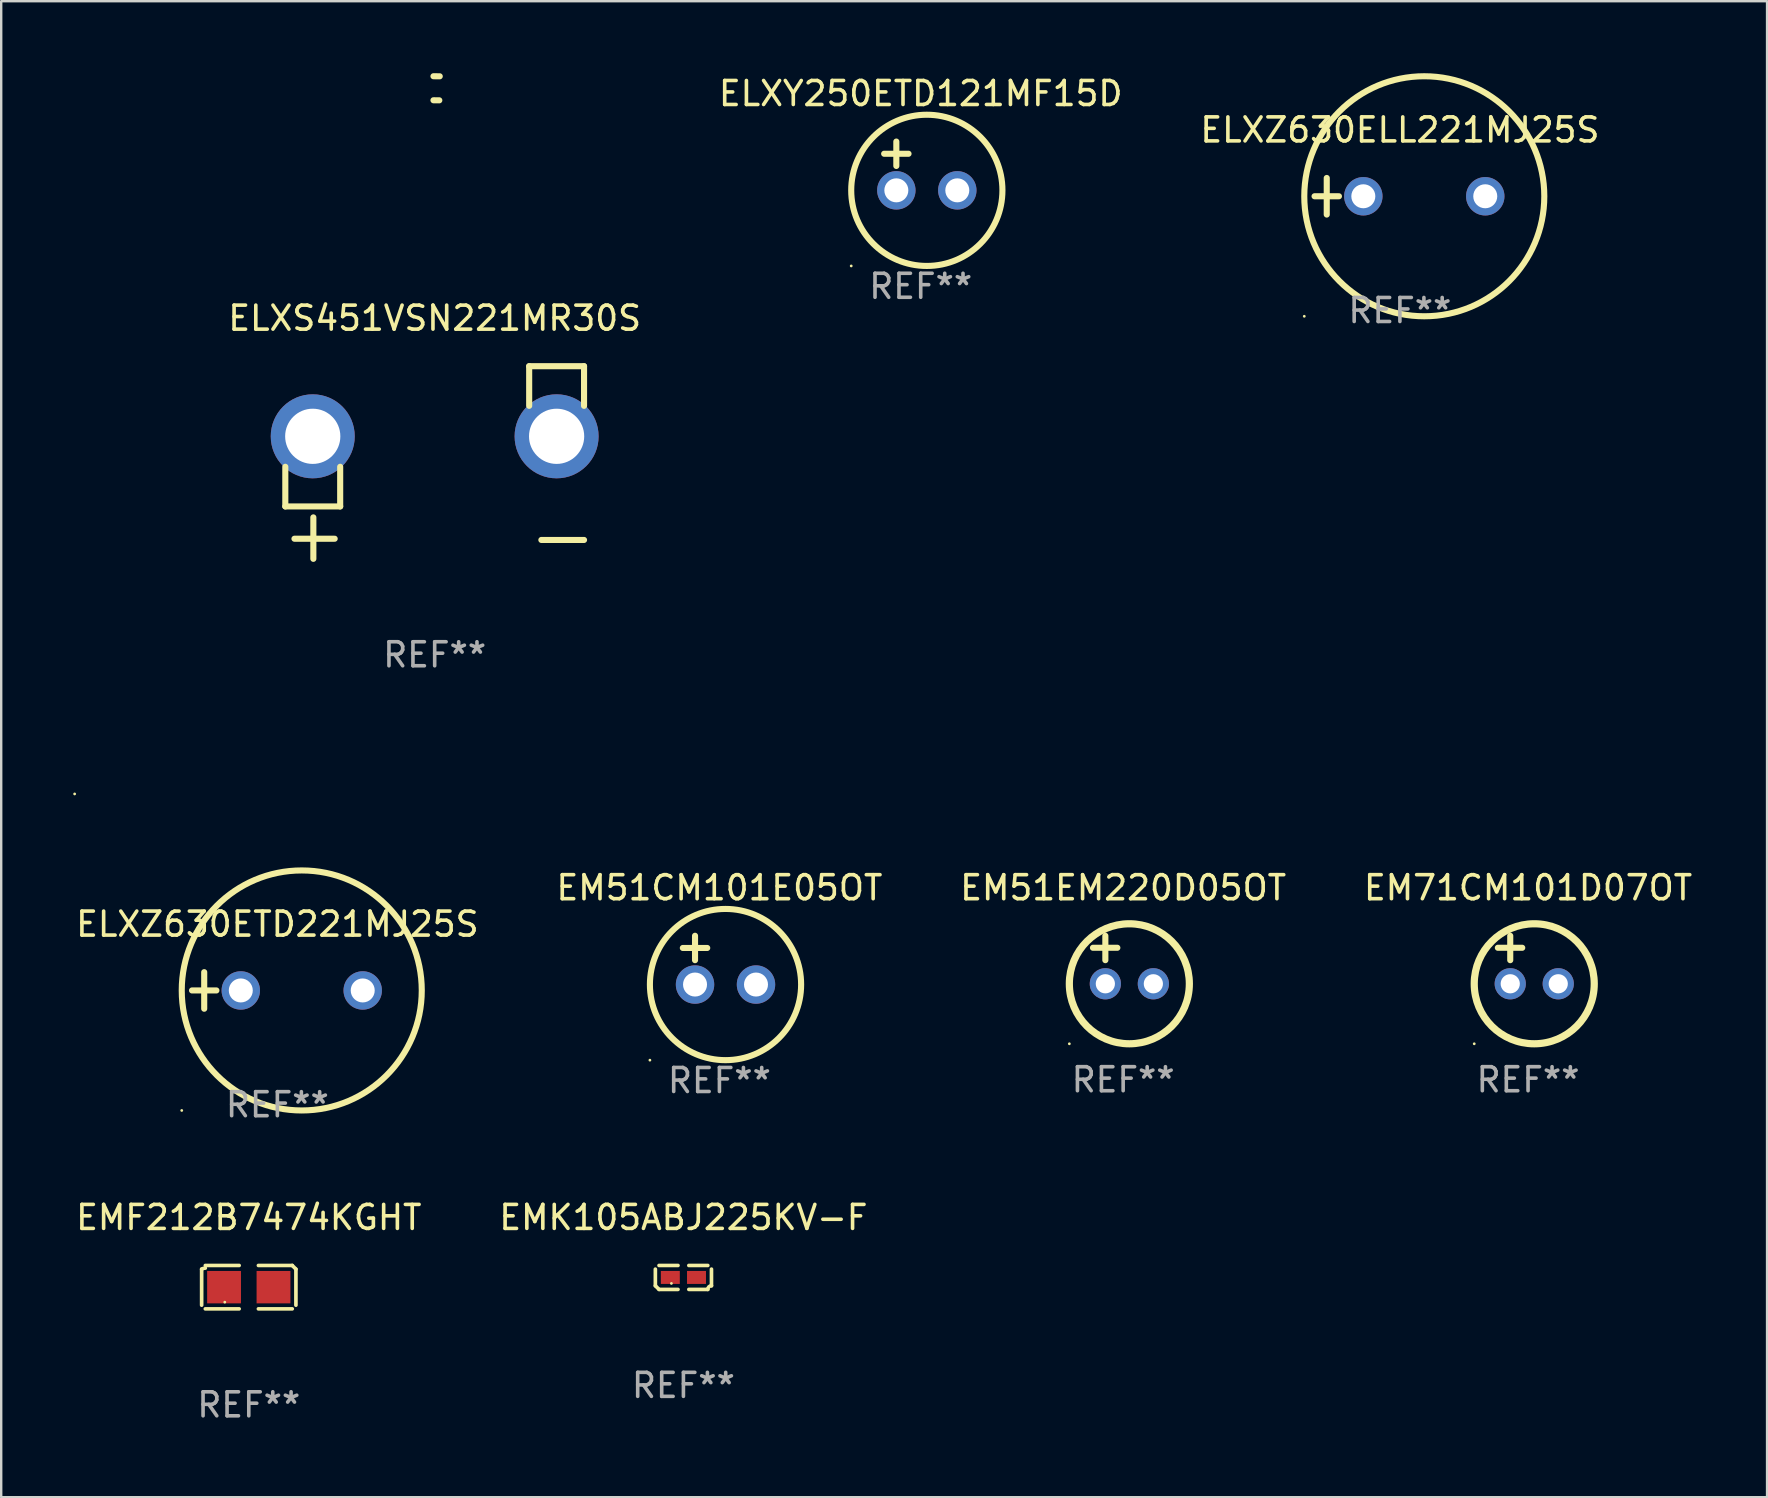
<source format=kicad_pcb>
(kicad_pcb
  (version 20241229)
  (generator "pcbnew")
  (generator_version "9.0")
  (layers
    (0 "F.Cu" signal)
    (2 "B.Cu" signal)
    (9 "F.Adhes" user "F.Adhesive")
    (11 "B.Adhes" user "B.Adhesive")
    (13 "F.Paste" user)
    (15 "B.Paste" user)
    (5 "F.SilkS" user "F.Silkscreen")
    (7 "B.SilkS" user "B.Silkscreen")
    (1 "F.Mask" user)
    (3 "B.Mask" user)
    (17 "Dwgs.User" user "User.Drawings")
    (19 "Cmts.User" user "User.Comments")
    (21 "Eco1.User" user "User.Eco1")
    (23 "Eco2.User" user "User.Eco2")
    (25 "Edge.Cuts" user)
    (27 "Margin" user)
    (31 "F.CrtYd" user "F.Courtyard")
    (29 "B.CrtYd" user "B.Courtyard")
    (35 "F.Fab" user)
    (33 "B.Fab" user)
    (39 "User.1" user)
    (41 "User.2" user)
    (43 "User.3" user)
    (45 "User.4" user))
  (footprint "EMK105ABJ225KV-F"
    (layer "F.Cu")
    (at 25.423 50.172)
    (property "Reference" "EMK105ABJ225KV-F" (at 0 -2.499 0) (layer "F.SilkS") (effects (font (size 1 1) (thickness 0.15))))
    (attr through_hole)
    (fp_line (start -1.169 0.346) (end -1.169 -0.346) (stroke (width 0.152) (type solid)) (layer "F.SilkS"))
    (fp_line (start -1.016 -0.499) (end -0.226 -0.499) (stroke (width 0.152) (type solid)) (layer "F.SilkS"))
    (fp_line (start -0.226 0.499) (end -1.016 0.499) (stroke (width 0.152) (type solid)) (layer "F.SilkS"))
    (fp_line (start 0.226 0.499) (end 1.016 0.499) (stroke (width 0.152) (type solid)) (layer "F.SilkS"))
    (fp_line (start 1.016 -0.499) (end 0.226 -0.499) (stroke (width 0.152) (type solid)) (layer "F.SilkS"))
    (fp_line (start 1.169 0.346) (end 1.169 -0.346) (stroke (width 0.152) (type solid)) (layer "F.SilkS"))
    (fp_arc (start -1.016307 0.498603) (mid -1.092512 0.422405) (end -1.16871 0.3462) (stroke (width 0.1524) (type solid)) (layer "F.SilkS"))
    (fp_arc (start 1.016307 0.498603) (mid 1.060899 0.390758) (end 1.168707 0.346076) (stroke (width 0.1524) (type solid)) (layer "F.SilkS"))
    (fp_circle (center -0.5 0.25) (end -0.47 0.25) (stroke (width 0.06) (type solid)) (fill no) (layer "F.SilkS"))
    (fp_text user "REF**" (at 0 4.499 0) (layer "F.Fab") (effects (font (size 1 1) (thickness 0.15))))
    (pad "1" smd rect (at -0.545 0) (size 0.79 0.54) (layers "F.Cu" "F.Mask" "F.Paste"))
    (pad "2" smd rect (at 0.545 0) (size 0.79 0.54) (layers "F.Cu" "F.Mask" "F.Paste")))
  (footprint "ELXZ630ETD221MJ25S"
    (layer "F.Cu")
    (at 8.506 38.215)
    (property "Reference" "ELXZ630ETD221MJ25S" (at 0 -2.762 0) (layer "F.SilkS") (effects (font (size 1 1) (thickness 0.15))))
    (attr through_hole)
    (fp_line (start -3.556 0) (end -2.54 0) (stroke (width 0.254) (type solid)) (layer "F.SilkS"))
    (fp_line (start -3.048 -0.762) (end -3.048 0.762) (stroke (width 0.254) (type solid)) (layer "F.SilkS"))
    (fp_circle (center -3.984 5) (end -3.954 5) (stroke (width 0.06) (type solid)) (fill no) (layer "F.SilkS"))
    (fp_circle (center 1.016 0) (end 6.016 0) (stroke (width 0.254) (type solid)) (fill no) (layer "F.SilkS"))
    (fp_text user "REF**" (at 0 4.762 0) (layer "F.Fab") (effects (font (size 1 1) (thickness 0.15))))
    (pad "1" thru_hole circle (at -1.524 0) (size 1.6 1.6) (drill 1) (layers "*.Cu" "*.Mask"))
    (pad "2" thru_hole circle (at 3.556 0) (size 1.6 1.6) (drill 1) (layers "*.Cu" "*.Mask")))
  (footprint "EM71CM101D07OT"
    (layer "F.Cu")
    (at 60.613 36.937)
    (property "Reference" "EM71CM101D07OT" (at 0 -3 0) (layer "F.SilkS") (effects (font (size 1 1) (thickness 0.15))))
    (attr through_hole)
    (fp_line (start -1.258 -0.5) (end -0.242 -0.5) (stroke (width 0.254) (type solid)) (layer "F.SilkS"))
    (fp_line (start -0.742 -1) (end -0.742 0.016) (stroke (width 0.254) (type solid)) (layer "F.SilkS"))
    (fp_circle (center -2.242 3.5) (end -2.212 3.5) (stroke (width 0.06) (type solid)) (fill no) (layer "F.SilkS"))
    (fp_circle (center 0.258 1) (end 2.758 1) (stroke (width 0.3) (type solid)) (fill no) (layer "F.SilkS"))
    (fp_text user "REF**" (at 0 5 0) (layer "F.Fab") (effects (font (size 1 1) (thickness 0.15))))
    (pad "1" thru_hole circle (at -0.742 1) (size 1.3 1.3) (drill 0.8) (layers "*.Cu" "*.Mask"))
    (pad "2" thru_hole circle (at 1.258 1) (size 1.3 1.3) (drill 0.8) (layers "*.Cu" "*.Mask")))
  (footprint "EM51CM101E05OT"
    (layer "F.Cu")
    (at 26.923 36.953)
    (property "Reference" "EM51CM101E05OT" (at 0 -3.016 0) (layer "F.SilkS") (effects (font (size 1 1) (thickness 0.15))))
    (attr through_hole)
    (fp_line (start -1.524 -0.508) (end -0.508 -0.508) (stroke (width 0.254) (type solid)) (layer "F.SilkS"))
    (fp_line (start -1.016 -1.016) (end -1.016 0) (stroke (width 0.254) (type solid)) (layer "F.SilkS"))
    (fp_circle (center -2.896 4.166) (end -2.866 4.166) (stroke (width 0.06) (type solid)) (fill no) (layer "F.SilkS"))
    (fp_circle (center 0.254 1.016) (end 3.404 1.016) (stroke (width 0.254) (type solid)) (fill no) (layer "F.SilkS"))
    (fp_text user "REF**" (at 0 5.016 0) (layer "F.Fab") (effects (font (size 1 1) (thickness 0.15))))
    (pad "1" thru_hole circle (at -1.016 1.016) (size 1.6 1.6) (drill 1) (layers "*.Cu" "*.Mask"))
    (pad "2" thru_hole circle (at 1.524 1.016) (size 1.6 1.6) (drill 1) (layers "*.Cu" "*.Mask")))
  (footprint "EMF212B7474KGHT"
    (layer "F.Cu")
    (at 7.315 50.577)
    (property "Reference" "EMF212B7474KGHT" (at 0 -2.904 0) (layer "F.SilkS") (effects (font (size 1 1) (thickness 0.15))))
    (attr through_hole)
    (fp_line (start -1.964 0.751) (end -1.964 -0.751) (stroke (width 0.152) (type solid)) (layer "F.SilkS"))
    (fp_line (start -1.811 -0.904) (end -0.401 -0.904) (stroke (width 0.152) (type solid)) (layer "F.SilkS"))
    (fp_line (start -0.401 0.904) (end -1.811 0.904) (stroke (width 0.152) (type solid)) (layer "F.SilkS"))
    (fp_line (start 0.401 0.904) (end 1.811 0.904) (stroke (width 0.152) (type solid)) (layer "F.SilkS"))
    (fp_line (start 1.811 -0.904) (end 0.401 -0.904) (stroke (width 0.152) (type solid)) (layer "F.SilkS"))
    (fp_line (start 1.964 0.751) (end 1.964 -0.751) (stroke (width 0.152) (type solid)) (layer "F.SilkS"))
    (fp_arc (start -1.963602 -0.751207) (mid -1.890354 -0.783131) (end -1.811201 -0.794044) (stroke (width 0.1524) (type solid)) (layer "F.SilkS"))
    (fp_arc (start 1.811202 -0.903607) (mid 1.887413 -0.827418) (end 1.963602 -0.751207) (stroke (width 0.1524) (type solid)) (layer "F.SilkS"))
    (fp_circle (center -1 0.625) (end -0.97 0.625) (stroke (width 0.06) (type solid)) (fill no) (layer "F.SilkS"))
    (fp_text user "REF**" (at 0 4.904 0) (layer "F.Fab") (effects (font (size 1 1) (thickness 0.15))))
    (pad "1" smd rect (at -1.03 0) (size 1.41 1.35) (layers "F.Cu" "F.Mask" "F.Paste"))
    (pad "2" smd rect (at 1.03 0) (size 1.41 1.35) (layers "F.Cu" "F.Mask" "F.Paste")))
  (footprint "EM51EM220D05OT"
    (layer "F.Cu")
    (at 43.744 36.937)
    (property "Reference" "EM51EM220D05OT" (at 0 -3 0) (layer "F.SilkS") (effects (font (size 1 1) (thickness 0.15))))
    (attr through_hole)
    (fp_line (start -1.258 -0.5) (end -0.242 -0.5) (stroke (width 0.254) (type solid)) (layer "F.SilkS"))
    (fp_line (start -0.742 -1) (end -0.742 0.016) (stroke (width 0.254) (type solid)) (layer "F.SilkS"))
    (fp_circle (center -2.242 3.5) (end -2.212 3.5) (stroke (width 0.06) (type solid)) (fill no) (layer "F.SilkS"))
    (fp_circle (center 0.258 1) (end 2.758 1) (stroke (width 0.3) (type solid)) (fill no) (layer "F.SilkS"))
    (fp_text user "REF**" (at 0 5 0) (layer "F.Fab") (effects (font (size 1 1) (thickness 0.15))))
    (pad "1" thru_hole circle (at -0.742 1) (size 1.3 1.3) (drill 0.8) (layers "*.Cu" "*.Mask"))
    (pad "2" thru_hole circle (at 1.258 1) (size 1.3 1.3) (drill 0.8) (layers "*.Cu" "*.Mask")))
  (footprint "ELXS451VSN221MR30S"
    (layer "F.Cu")
    (at 15.06 16.22)
    (property "Reference" "ELXS451VSN221MR30S" (at 0 -6.013 0) (layer "F.SilkS") (effects (font (size 1 1) (thickness 0.15))))
    (attr through_hole)
    (fp_line (start -6.223 0.178) (end -6.223 1.829) (stroke (width 0.254) (type solid)) (layer "F.SilkS"))
    (fp_line (start -6.223 1.829) (end -3.937 1.829) (stroke (width 0.254) (type solid)) (layer "F.SilkS"))
    (fp_line (start -5.055 4.013) (end -5.055 2.286) (stroke (width 0.254) (type solid)) (layer "F.SilkS"))
    (fp_line (start -4.166 3.175) (end -5.842 3.175) (stroke (width 0.254) (type solid)) (layer "F.SilkS"))
    (fp_line (start -3.937 1.829) (end -3.937 0.178) (stroke (width 0.254) (type solid)) (layer "F.SilkS"))
    (fp_line (start 3.937 -4.013) (end 3.937 -2.362) (stroke (width 0.254) (type solid)) (layer "F.SilkS"))
    (fp_line (start 6.223 -4.013) (end 3.937 -4.013) (stroke (width 0.254) (type solid)) (layer "F.SilkS"))
    (fp_line (start 6.223 -2.362) (end 6.223 -4.013) (stroke (width 0.254) (type solid)) (layer "F.SilkS"))
    (fp_line (start 6.223 3.226) (end 4.445 3.226) (stroke (width 0.254) (type solid)) (layer "F.SilkS"))
    (fp_arc (start -0.0508 -16.093472) (mid 0.080016 -16.092762) (end 0.210821 -16.090932) (stroke (width 0.254001) (type solid)) (layer "F.SilkS"))
    (fp_arc (start -0.0508 -15.09271) (mid 0.071125 -15.091961) (end 0.19304 -15.09017) (stroke (width 0.254001) (type solid)) (layer "F.SilkS"))
    (fp_circle (center -15 13.808) (end -14.97 13.808) (stroke (width 0.06) (type solid)) (fill no) (layer "F.SilkS"))
    (fp_text user "REF**" (at 0 8.013 0) (layer "F.Fab") (effects (font (size 1 1) (thickness 0.15))))
    (pad "1" thru_hole circle (at -5.08 -1.092) (size 3.5 3.5) (drill 2.3) (layers "*.Cu" "*.Mask"))
    (pad "2" thru_hole circle (at 5.08 -1.092) (size 3.5 3.5) (drill 2.3) (layers "*.Cu" "*.Mask")))
  (footprint "ELXZ630ELL221MJ25S"
    (layer "F.Cu")
    (at 55.274 5.127)
    (property "Reference" "ELXZ630ELL221MJ25S" (at 0 -2.762 0) (layer "F.SilkS") (effects (font (size 1 1) (thickness 0.15))))
    (attr through_hole)
    (fp_line (start -3.556 0) (end -2.54 0) (stroke (width 0.254) (type solid)) (layer "F.SilkS"))
    (fp_line (start -3.048 -0.762) (end -3.048 0.762) (stroke (width 0.254) (type solid)) (layer "F.SilkS"))
    (fp_circle (center -3.984 5) (end -3.954 5) (stroke (width 0.06) (type solid)) (fill no) (layer "F.SilkS"))
    (fp_circle (center 1.016 0) (end 6.016 0) (stroke (width 0.254) (type solid)) (fill no) (layer "F.SilkS"))
    (fp_text user "REF**" (at 0 4.762 0) (layer "F.Fab") (effects (font (size 1 1) (thickness 0.15))))
    (pad "1" thru_hole circle (at -1.524 0) (size 1.6 1.6) (drill 1) (layers "*.Cu" "*.Mask"))
    (pad "2" thru_hole circle (at 3.556 0) (size 1.6 1.6) (drill 1) (layers "*.Cu" "*.Mask")))
  (footprint "ELXY250ETD121MF15D"
    (layer "F.Cu")
    (at 35.31 3.864)
    (property "Reference" "ELXY250ETD121MF15D" (at 0 -3.016 0) (layer "F.SilkS") (effects (font (size 1 1) (thickness 0.15))))
    (attr through_hole)
    (fp_line (start -1.524 -0.508) (end -0.508 -0.508) (stroke (width 0.254) (type solid)) (layer "F.SilkS"))
    (fp_line (start -1.016 -1.016) (end -1.016 0) (stroke (width 0.254) (type solid)) (layer "F.SilkS"))
    (fp_circle (center -2.896 4.166) (end -2.866 4.166) (stroke (width 0.06) (type solid)) (fill no) (layer "F.SilkS"))
    (fp_circle (center 0.254 1.016) (end 3.404 1.016) (stroke (width 0.254) (type solid)) (fill no) (layer "F.SilkS"))
    (fp_text user "REF**" (at 0 5.016 0) (layer "F.Fab") (effects (font (size 1 1) (thickness 0.15))))
    (pad "1" thru_hole circle (at -1.016 1.016) (size 1.6 1.6) (drill 1) (layers "*.Cu" "*.Mask"))
    (pad "2" thru_hole circle (at 1.524 1.016) (size 1.6 1.6) (drill 1) (layers "*.Cu" "*.Mask")))
  (gr_rect
    (start -3 -3)
    (end 70.571 59.329)
    (stroke (width 0.1) (type default))
    (fill no)
    (layer "Edge.Cuts")))
</source>
